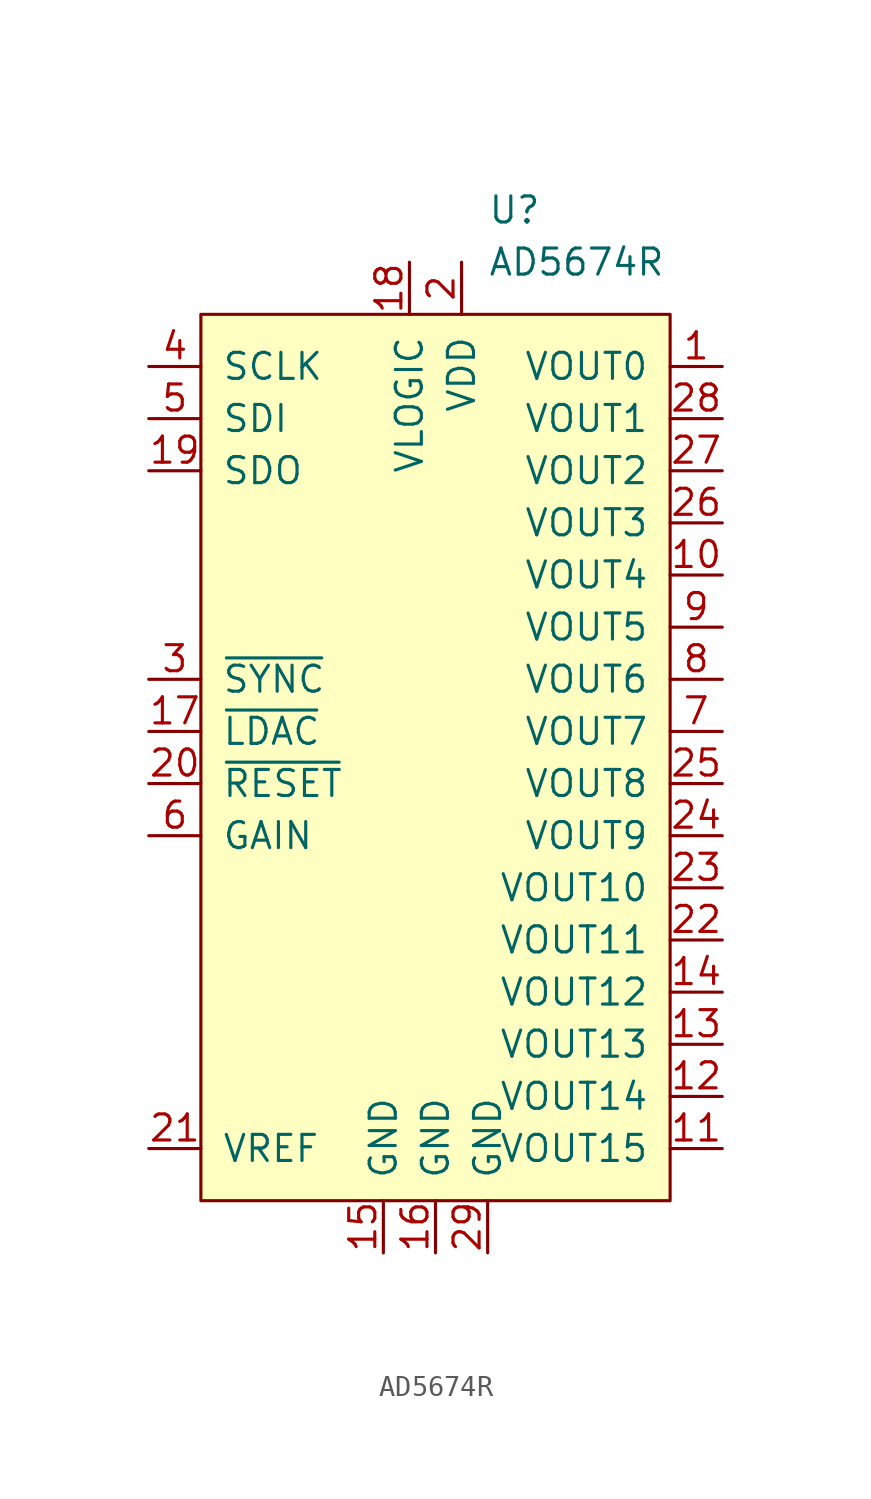
<source format=kicad_sym>
(kicad_symbol_lib
  (version 20231120)
  (generator "kicad_symbol_editor")
  (generator_version "8.0")
  (symbol "AD5674R"
    (pin_names
      (offset 1.016))
    (property "Reference" "U"
      (at 2.54 16.51 0)
      (effects (font (size 1.27 1.27)) (justify left)))
    (property "Value" "AD5674R"
      (at 2.54 13.97 0)
      (effects (font (size 1.27 1.27)) (justify left)))
    (symbol "AD5674R_1_0"
      (rectangle (start -11.43 11.43) (end 11.43 -31.75) (stroke (width 0) (type solid)) (fill (type background))))
    (symbol "AD5674R_1_1"
      (pin output line (at 13.97 8.89 180) (length 2.54) (name "VOUT0" (effects (font (size 1.27 1.27)))) (number "1" (effects (font (size 1.27 1.27)))))
      (pin output line (at 13.97 -1.27 180) (length 2.54) (name "VOUT4" (effects (font (size 1.27 1.27)))) (number "10" (effects (font (size 1.27 1.27)))))
      (pin output line (at 13.97 -29.21 180) (length 2.54) (name "VOUT15" (effects (font (size 1.27 1.27)))) (number "11" (effects (font (size 1.27 1.27)))))
      (pin output line (at 13.97 -26.67 180) (length 2.54) (name "VOUT14" (effects (font (size 1.27 1.27)))) (number "12" (effects (font (size 1.27 1.27)))))
      (pin output line (at 13.97 -24.13 180) (length 2.54) (name "VOUT13" (effects (font (size 1.27 1.27)))) (number "13" (effects (font (size 1.27 1.27)))))
      (pin output line (at 13.97 -21.59 180) (length 2.54) (name "VOUT12" (effects (font (size 1.27 1.27)))) (number "14" (effects (font (size 1.27 1.27)))))
      (pin power_in line (at -2.54 -34.29 90) (length 2.54) (name "GND" (effects (font (size 1.27 1.27)))) (number "15" (effects (font (size 1.27 1.27)))))
      (pin power_in line (at 0 -34.29 90) (length 2.54) (name "GND" (effects (font (size 1.27 1.27)))) (number "16" (effects (font (size 1.27 1.27)))))
      (pin input line (at -13.97 -8.89 0) (length 2.54) (name "~{LDAC}" (effects (font (size 1.27 1.27)))) (number "17" (effects (font (size 1.27 1.27)))))
      (pin power_in line (at -1.27 13.97 270) (length 2.54) (name "VLOGIC" (effects (font (size 1.27 1.27)))) (number "18" (effects (font (size 1.27 1.27)))))
      (pin output line (at -13.97 3.81 0) (length 2.54) (name "SDO" (effects (font (size 1.27 1.27)))) (number "19" (effects (font (size 1.27 1.27)))))
      (pin power_in line (at 1.27 13.97 270) (length 2.54) (name "VDD" (effects (font (size 1.27 1.27)))) (number "2" (effects (font (size 1.27 1.27)))))
      (pin input line (at -13.97 -11.43 0) (length 2.54) (name "~{RESET}" (effects (font (size 1.27 1.27)))) (number "20" (effects (font (size 1.27 1.27)))))
      (pin input line (at -13.97 -29.21 0) (length 2.54) (name "VREF" (effects (font (size 1.27 1.27)))) (number "21" (effects (font (size 1.27 1.27)))))
      (pin output line (at 13.97 -19.05 180) (length 2.54) (name "VOUT11" (effects (font (size 1.27 1.27)))) (number "22" (effects (font (size 1.27 1.27)))))
      (pin output line (at 13.97 -16.51 180) (length 2.54) (name "VOUT10" (effects (font (size 1.27 1.27)))) (number "23" (effects (font (size 1.27 1.27)))))
      (pin output line (at 13.97 -13.97 180) (length 2.54) (name "VOUT9" (effects (font (size 1.27 1.27)))) (number "24" (effects (font (size 1.27 1.27)))))
      (pin output line (at 13.97 -11.43 180) (length 2.54) (name "VOUT8" (effects (font (size 1.27 1.27)))) (number "25" (effects (font (size 1.27 1.27)))))
      (pin output line (at 13.97 1.27 180) (length 2.54) (name "VOUT3" (effects (font (size 1.27 1.27)))) (number "26" (effects (font (size 1.27 1.27)))))
      (pin output line (at 13.97 3.81 180) (length 2.54) (name "VOUT2" (effects (font (size 1.27 1.27)))) (number "27" (effects (font (size 1.27 1.27)))))
      (pin output line (at 13.97 6.35 180) (length 2.54) (name "VOUT1" (effects (font (size 1.27 1.27)))) (number "28" (effects (font (size 1.27 1.27)))))
      (pin power_in line (at 2.54 -34.29 90) (length 2.54) (name "GND" (effects (font (size 1.27 1.27)))) (number "29" (effects (font (size 1.27 1.27)))))
      (pin input line (at -13.97 -6.35 0) (length 2.54) (name "~{SYNC}" (effects (font (size 1.27 1.27)))) (number "3" (effects (font (size 1.27 1.27)))))
      (pin input line (at -13.97 8.89 0) (length 2.54) (name "SCLK" (effects (font (size 1.27 1.27)))) (number "4" (effects (font (size 1.27 1.27)))))
      (pin input line (at -13.97 6.35 0) (length 2.54) (name "SDI" (effects (font (size 1.27 1.27)))) (number "5" (effects (font (size 1.27 1.27)))))
      (pin input line (at -13.97 -13.97 0) (length 2.54) (name "GAIN" (effects (font (size 1.27 1.27)))) (number "6" (effects (font (size 1.27 1.27)))))
      (pin output line (at 13.97 -8.89 180) (length 2.54) (name "VOUT7" (effects (font (size 1.27 1.27)))) (number "7" (effects (font (size 1.27 1.27)))))
      (pin output line (at 13.97 -6.35 180) (length 2.54) (name "VOUT6" (effects (font (size 1.27 1.27)))) (number "8" (effects (font (size 1.27 1.27)))))
      (pin output line (at 13.97 -3.81 180) (length 2.54) (name "VOUT5" (effects (font (size 1.27 1.27)))) (number "9" (effects (font (size 1.27 1.27))))))))
</source>
